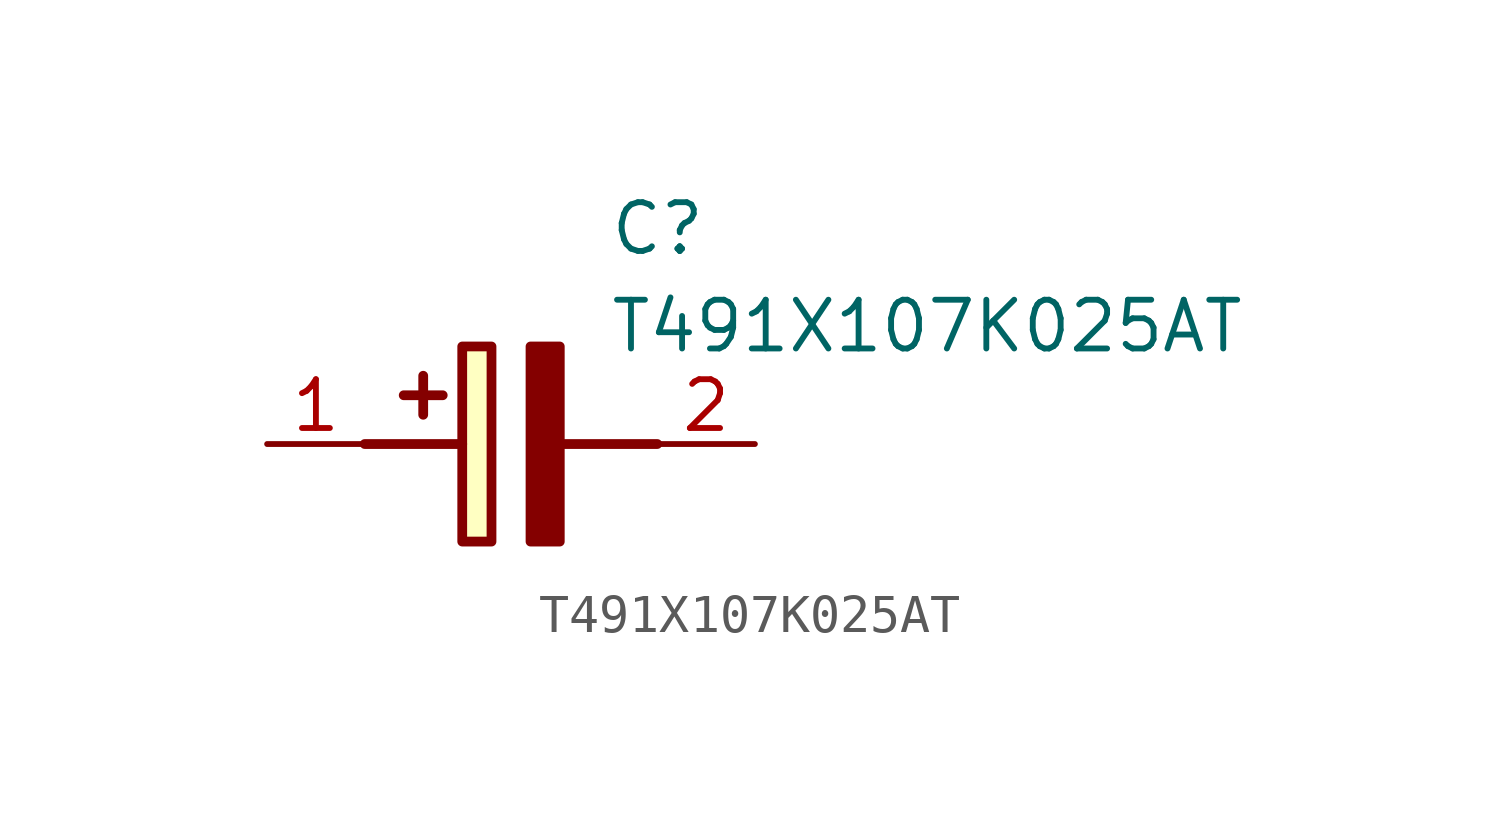
<source format=kicad_sym>
(kicad_symbol_lib
  (version 20211014)
  (generator SamacSys_ECAD_Model)
  (symbol "T491X107K025AT"
    (pin_names hide)
    (property "Reference" "C"
      (at 8.89 6.35 0)
      (effects (font (size 1.27 1.27)) (justify left top)))
    (property "Value" "T491X107K025AT"
      (at 8.89 3.81 0)
      (effects (font (size 1.27 1.27)) (justify left top)))
    (rectangle
      (start 5.08 2.54)
      (end 5.842 -2.54)
      (stroke (width 0.254) (type default))
      (fill (type background)))
    (polyline
      (pts (xy 4.572 1.27) (xy 3.556 1.27))
      (stroke (width 0.254) (type default))
      (fill (type none)))
    (polyline
      (pts (xy 4.064 1.778) (xy 4.064 0.762))
      (stroke (width 0.254) (type default))
      (fill (type none)))
    (polyline
      (pts (xy 2.54 0) (xy 5.08 0))
      (stroke (width 0.254) (type default))
      (fill (type none)))
    (polyline
      (pts (xy 7.62 0) (xy 10.16 0))
      (stroke (width 0.254) (type default))
      (fill (type none)))
    (polyline
      (pts (xy 7.62 2.54) (xy 7.62 -2.54) (xy 6.858 -2.54) (xy 6.858 2.54) (xy 7.62 2.54))
      (stroke (width 0.254) (type default))
      (fill (type outline)))
    (pin passive line
      (at 0 0 0)
      (length 2.54)
      (name "+" (effects (font (size 1.27 1.27))))
      (number "1" (effects (font (size 1.27 1.27)))))
    (pin passive line
      (at 12.7 0 180)
      (length 2.54)
      (name "-" (effects (font (size 1.27 1.27))))
      (number "2" (effects (font (size 1.27 1.27)))))))
</source>
